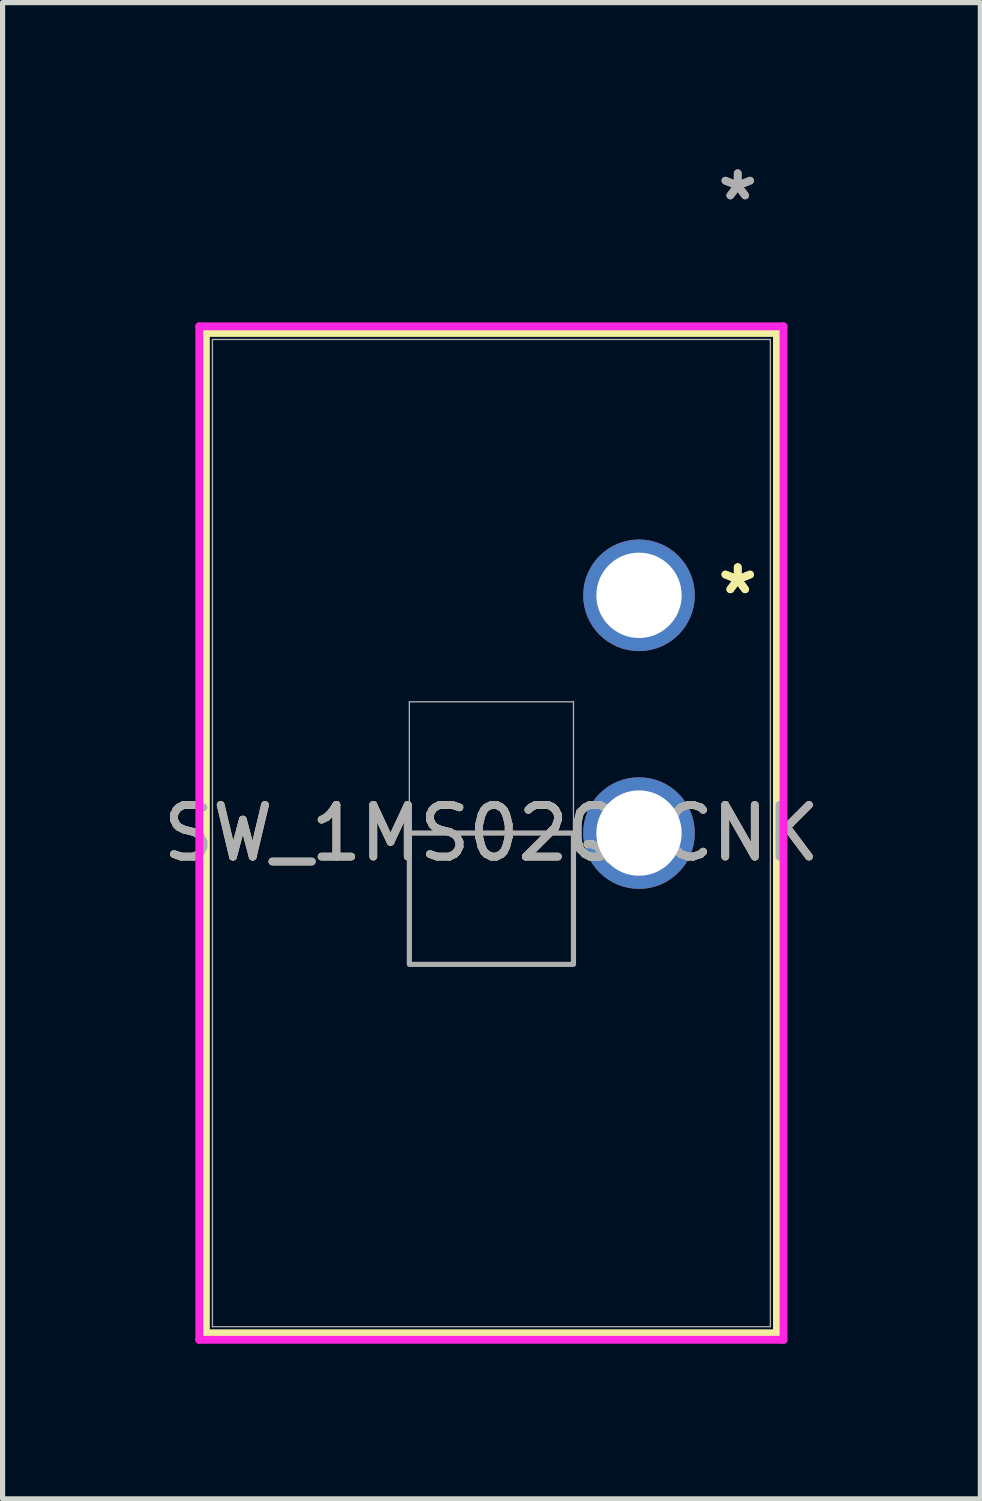
<source format=kicad_pcb>
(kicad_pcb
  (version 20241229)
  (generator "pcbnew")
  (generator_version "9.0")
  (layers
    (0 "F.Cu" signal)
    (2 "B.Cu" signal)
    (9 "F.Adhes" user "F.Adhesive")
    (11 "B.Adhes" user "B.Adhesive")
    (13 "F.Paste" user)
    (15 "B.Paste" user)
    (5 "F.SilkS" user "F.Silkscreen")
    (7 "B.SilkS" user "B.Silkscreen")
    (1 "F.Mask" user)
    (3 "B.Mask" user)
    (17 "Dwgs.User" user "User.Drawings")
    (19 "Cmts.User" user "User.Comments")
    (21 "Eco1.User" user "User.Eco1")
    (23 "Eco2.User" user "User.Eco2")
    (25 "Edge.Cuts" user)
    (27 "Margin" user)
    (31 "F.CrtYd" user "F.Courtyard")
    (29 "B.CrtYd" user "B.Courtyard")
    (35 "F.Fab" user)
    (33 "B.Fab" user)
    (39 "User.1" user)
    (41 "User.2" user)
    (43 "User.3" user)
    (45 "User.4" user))
  (footprint "SW_1MS02Q_CNK"
    (layer "F.Cu")
    (at 9.313 8.468)
    (property "Reference" "SW_1MS02Q_CNK" (at -2.855 4.6 0) (unlocked yes) (layer "F.SilkS") (effects (font (size 1 1) (thickness 0.15))))
    (attr through_hole)
    (fp_line (start -8.38 -5.077) (end -8.38 14.277) (stroke (width 0.152) (type solid)) (layer "F.SilkS"))
    (fp_line (start -8.38 14.277) (end 2.669 14.277) (stroke (width 0.152) (type solid)) (layer "F.SilkS"))
    (fp_line (start 2.669 -5.077) (end -8.38 -5.077) (stroke (width 0.152) (type solid)) (layer "F.SilkS"))
    (fp_line (start 2.669 14.277) (end 2.669 -5.077) (stroke (width 0.152) (type solid)) (layer "F.SilkS"))
    (fp_line (start -8.507 -5.204) (end -8.507 14.404) (stroke (width 0.152) (type solid)) (layer "F.CrtYd"))
    (fp_line (start -8.507 14.404) (end 2.796 14.404) (stroke (width 0.152) (type solid)) (layer "F.CrtYd"))
    (fp_line (start 2.796 -5.204) (end -8.507 -5.204) (stroke (width 0.152) (type solid)) (layer "F.CrtYd"))
    (fp_line (start 2.796 14.404) (end 2.796 -5.204) (stroke (width 0.152) (type solid)) (layer "F.CrtYd"))
    (fp_line (start -8.253 -4.95) (end -8.253 14.15) (stroke (width 0.025) (type solid)) (layer "F.Fab"))
    (fp_line (start -8.253 14.15) (end 2.542 14.15) (stroke (width 0.025) (type solid)) (layer "F.Fab"))
    (fp_line (start -4.443 2.06) (end -1.268 2.06) (stroke (width 0.025) (type solid)) (layer "F.Fab"))
    (fp_line (start -4.443 7.14) (end -4.443 2.06) (stroke (width 0.025) (type solid)) (layer "F.Fab"))
    (fp_line (start -1.268 2.06) (end -1.268 7.14) (stroke (width 0.025) (type solid)) (layer "F.Fab"))
    (fp_line (start -1.268 7.14) (end -4.443 7.14) (stroke (width 0.025) (type solid)) (layer "F.Fab"))
    (fp_line (start 2.542 -4.95) (end -8.253 -4.95) (stroke (width 0.025) (type solid)) (layer "F.Fab"))
    (fp_line (start 2.542 14.15) (end 2.542 -4.95) (stroke (width 0.025) (type solid)) (layer "F.Fab"))
    (fp_poly (pts (xy -4.443 7.14) (xy -4.443 4.6) (xy -1.268 4.6) (xy -1.268 7.14)) (stroke (width 0.1) (type solid)) (fill no) (layer "F.Fab"))
    (fp_text user "*" (at 1.91 0 0) (unlocked yes) (layer "F.SilkS") (effects (font (size 1 1) (thickness 0.15))))
    (fp_text user "*" (at 1.91 0 0) (layer "F.SilkS") (effects (font (size 1 1) (thickness 0.15))))
    (fp_text user "${REFERENCE}" (at -2.855 4.6 0) (unlocked yes) (layer "F.Fab") (effects (font (size 1 1) (thickness 0.15))))
    (fp_text user "*" (at 1.91 -7.62 0) (unlocked yes) (layer "F.Fab") (effects (font (size 1 1) (thickness 0.15))))
    (fp_text user "*" (at 1.91 -7.62 0) (layer "F.Fab") (effects (font (size 1 1) (thickness 0.15))))
    (pad "5" thru_hole circle (at 0 4.6) (size 2.159 2.159) (drill 1.651) (layers "*.Cu" "*.Mask"))
    (pad "6" thru_hole circle (at 0 0) (size 2.159 2.159) (drill 1.651) (layers "*.Cu" "*.Mask")))
  (gr_rect
    (start -3 -3)
    (end 15.917 25.949)
    (stroke (width 0.1) (type default))
    (fill no)
    (layer "Edge.Cuts")))
</source>
